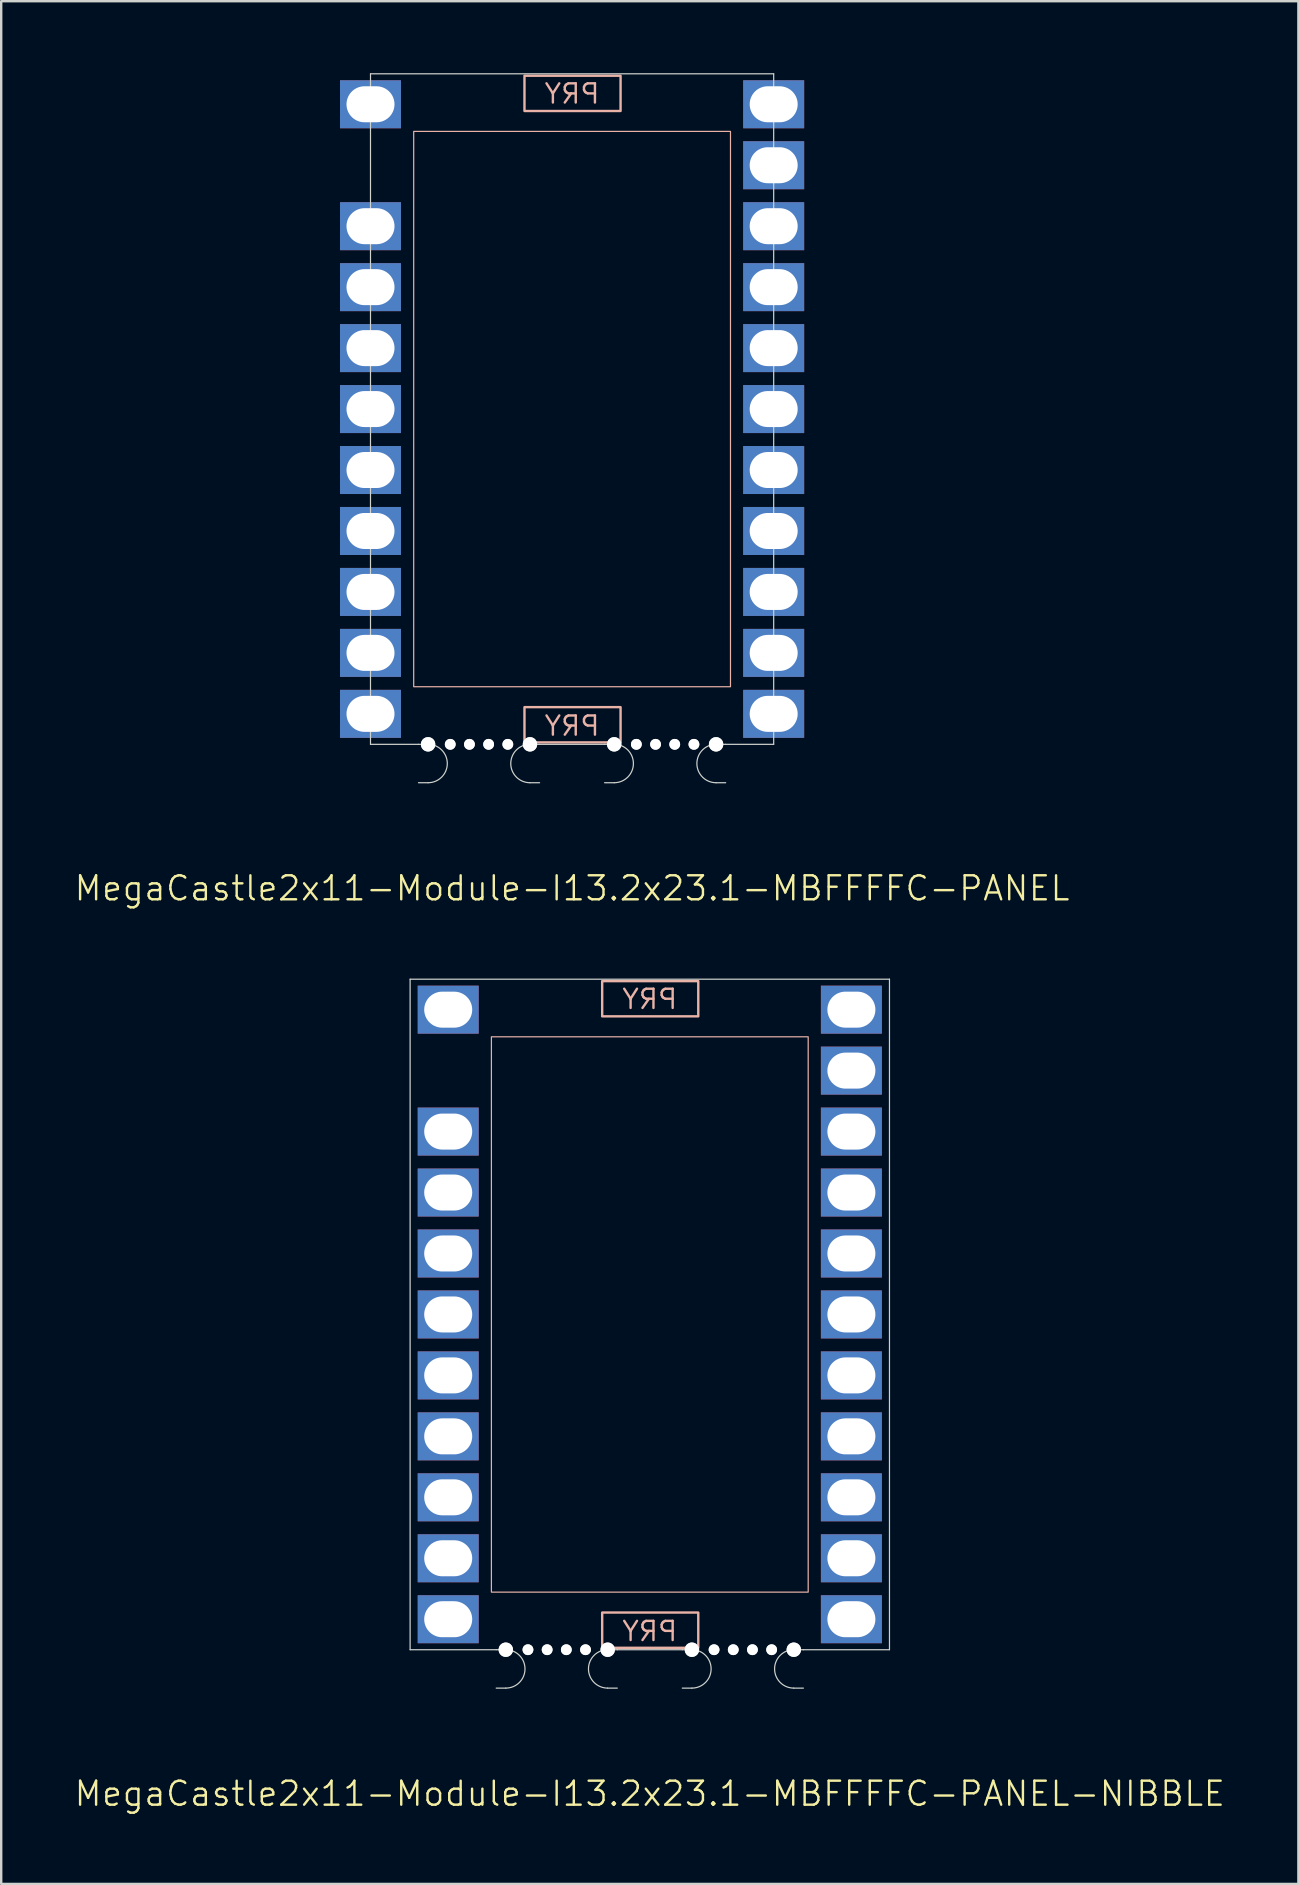
<source format=kicad_pcb>
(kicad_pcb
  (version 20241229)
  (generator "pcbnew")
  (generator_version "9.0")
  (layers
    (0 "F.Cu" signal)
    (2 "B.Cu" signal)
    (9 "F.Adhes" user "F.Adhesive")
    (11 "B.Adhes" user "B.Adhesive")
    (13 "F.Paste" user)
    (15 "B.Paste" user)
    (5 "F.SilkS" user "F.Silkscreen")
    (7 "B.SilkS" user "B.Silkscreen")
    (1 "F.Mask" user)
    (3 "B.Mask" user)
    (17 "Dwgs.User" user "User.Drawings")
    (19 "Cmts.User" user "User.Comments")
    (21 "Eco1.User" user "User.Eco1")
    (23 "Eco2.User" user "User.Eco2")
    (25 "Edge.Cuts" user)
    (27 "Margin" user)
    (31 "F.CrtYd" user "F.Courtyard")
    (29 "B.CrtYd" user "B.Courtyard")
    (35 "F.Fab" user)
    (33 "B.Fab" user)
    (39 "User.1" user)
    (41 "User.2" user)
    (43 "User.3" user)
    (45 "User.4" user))
  (footprint "MegaCastle2x11-Module-I13.2x23.1-MBFFFFC-PANEL-NIBBLE"
    (layer "F.Cu")
    (at 24.026 51.721)
    (property "Reference" "MegaCastle2x11-Module-I13.2x23.1-MBFFFFC-PANEL-NIBBLE" (at 0 19.97 0) (unlocked yes) (layer "F.SilkS") (effects (font (size 1 1) (thickness 0.1))))
    (attr smd)
    (fp_rect (start -6.6 11.57) (end 6.6 -11.57) (stroke (width 0.05) (type default)) (fill no) (layer "B.SilkS"))
    (fp_rect (start -1.984 -12.421) (end 2.02 -13.89) (stroke (width 0.1) (type default)) (fill no) (layer "B.SilkS"))
    (fp_rect (start -1.984 12.421) (end 2.02 13.89) (stroke (width 0.1) (type default)) (fill no) (layer "B.SilkS"))
    (fp_line (start -9.987 -13.97) (end -9.987 13.97) (stroke (width 0.05) (type default)) (layer "Edge.Cuts"))
    (fp_line (start -9.987 -13.97) (end 9.987 -13.97) (stroke (width 0.05) (type default)) (layer "Edge.Cuts"))
    (fp_line (start -9.987 13.97) (end -6.4 13.97) (stroke (width 0.05) (type default)) (layer "Edge.Cuts"))
    (fp_line (start -6.4 13.97) (end -6 13.97) (stroke (width 0.05) (type default)) (layer "Edge.Cuts"))
    (fp_line (start -6.4 15.57) (end -6 15.57) (stroke (width 0.05) (type default)) (layer "Edge.Cuts"))
    (fp_line (start -1.355 13.97) (end -1.755 13.97) (stroke (width 0.05) (type default)) (layer "Edge.Cuts"))
    (fp_line (start -1.355 13.97) (end 1.355 13.97) (stroke (width 0.05) (type default)) (layer "Edge.Cuts"))
    (fp_line (start -1.355 15.57) (end -1.755 15.57) (stroke (width 0.05) (type default)) (layer "Edge.Cuts"))
    (fp_line (start 1.355 13.97) (end 1.755 13.97) (stroke (width 0.05) (type default)) (layer "Edge.Cuts"))
    (fp_line (start 1.355 15.57) (end 1.755 15.57) (stroke (width 0.05) (type default)) (layer "Edge.Cuts"))
    (fp_line (start 6.4 13.97) (end 6 13.97) (stroke (width 0.05) (type default)) (layer "Edge.Cuts"))
    (fp_line (start 6.4 13.97) (end 9.987 13.97) (stroke (width 0.05) (type default)) (layer "Edge.Cuts"))
    (fp_line (start 6.4 15.57) (end 6 15.57) (stroke (width 0.05) (type default)) (layer "Edge.Cuts"))
    (fp_line (start 9.987 -13.97) (end 9.987 13.97) (stroke (width 0.05) (type default)) (layer "Edge.Cuts"))
    (fp_arc (start -6 13.97) (mid -5.2 14.77) (end -6 15.57) (stroke (width 0.05) (type default)) (layer "Edge.Cuts"))
    (fp_arc (start -1.755 15.57) (mid -2.555 14.77) (end -1.755 13.97) (stroke (width 0.05) (type default)) (layer "Edge.Cuts"))
    (fp_arc (start 1.755 13.97) (mid 2.555 14.77) (end 1.755 15.57) (stroke (width 0.05) (type default)) (layer "Edge.Cuts"))
    (fp_arc (start 6 15.57) (mid 5.2 14.77) (end 6 13.97) (stroke (width 0.05) (type default)) (layer "Edge.Cuts"))
    (fp_text user "PRY" (at 0 13.67 0) (unlocked yes) (layer "B.SilkS") (effects (font (size 0.8 0.8) (thickness 0.1)) (justify bottom mirror)))
    (fp_text user "PRY" (at 0 -12.67 0) (unlocked yes) (layer "B.SilkS") (effects (font (size 0.8 0.8) (thickness 0.1)) (justify bottom mirror)))
    (pad "" np_thru_hole circle (at -6 13.97) (size 0.6 0.6) (drill 0.6) (layers "*.Cu" "Edge.Cuts"))
    (pad "" np_thru_hole circle (at -5.077 13.97) (size 0.45 0.45) (drill 0.45) (layers "*.Cu" "Edge.Cuts"))
    (pad "" np_thru_hole circle (at -4.277 13.97) (size 0.45 0.45) (drill 0.45) (layers "*.Cu" "Edge.Cuts"))
    (pad "" np_thru_hole circle (at -3.478 13.97) (size 0.45 0.45) (drill 0.45) (layers "*.Cu" "Edge.Cuts"))
    (pad "" np_thru_hole circle (at -2.678 13.97) (size 0.45 0.45) (drill 0.45) (layers "*.Cu" "Edge.Cuts"))
    (pad "" np_thru_hole circle (at -1.755 13.97) (size 0.6 0.6) (drill 0.6) (layers "*.Cu" "Edge.Cuts"))
    (pad "" np_thru_hole circle (at 1.755 13.97) (size 0.6 0.6) (drill 0.6) (layers "*.Cu" "Edge.Cuts"))
    (pad "" np_thru_hole circle (at 2.678 13.97) (size 0.45 0.45) (drill 0.45) (layers "*.Cu" "Edge.Cuts"))
    (pad "" np_thru_hole circle (at 3.478 13.97) (size 0.45 0.45) (drill 0.45) (layers "*.Cu" "Edge.Cuts"))
    (pad "" np_thru_hole circle (at 4.277 13.97) (size 0.45 0.45) (drill 0.45) (layers "*.Cu" "Edge.Cuts"))
    (pad "" np_thru_hole circle (at 5.077 13.97) (size 0.45 0.45) (drill 0.45) (layers "*.Cu" "Edge.Cuts"))
    (pad "" np_thru_hole circle (at 6 13.97) (size 0.6 0.6) (drill 0.6) (layers "*.Cu" "Edge.Cuts"))
    (pad "1" thru_hole rect (at -8.4 -12.7) (size 2.54 2) (drill oval 2 1.5) (property pad_prop_castellated) (layers "*.Cu" "*.Mask"))
    (pad "3" thru_hole rect (at -8.4 -7.62) (size 2.54 2) (drill oval 2 1.5) (property pad_prop_castellated) (layers "*.Cu" "*.Mask"))
    (pad "4" thru_hole rect (at -8.4 -5.08) (size 2.54 2) (drill oval 2 1.5) (property pad_prop_castellated) (layers "*.Cu" "*.Mask"))
    (pad "5" thru_hole rect (at -8.4 -2.54) (size 2.54 2) (drill oval 2 1.5) (property pad_prop_castellated) (layers "*.Cu" "*.Mask"))
    (pad "6" thru_hole rect (at -8.4 0) (size 2.54 2) (drill oval 2 1.5) (property pad_prop_castellated) (layers "*.Cu" "*.Mask"))
    (pad "7" thru_hole rect (at -8.4 2.54) (size 2.54 2) (drill oval 2 1.5) (property pad_prop_castellated) (layers "*.Cu" "*.Mask"))
    (pad "8" thru_hole rect (at -8.4 5.08) (size 2.54 2) (drill oval 2 1.5) (property pad_prop_castellated) (layers "*.Cu" "*.Mask"))
    (pad "9" thru_hole rect (at -8.4 7.62) (size 2.54 2) (drill oval 2 1.5) (property pad_prop_castellated) (layers "*.Cu" "*.Mask"))
    (pad "10" thru_hole rect (at -8.4 10.16) (size 2.54 2) (drill oval 2 1.5) (property pad_prop_castellated) (layers "*.Cu" "*.Mask"))
    (pad "11" thru_hole rect (at -8.4 12.7) (size 2.54 2) (drill oval 2 1.5) (property pad_prop_castellated) (layers "*.Cu" "*.Mask"))
    (pad "12" thru_hole rect (at 8.4 -12.7) (size 2.54 2) (drill oval 2 1.5) (property pad_prop_castellated) (layers "*.Cu" "*.Mask"))
    (pad "13" thru_hole rect (at 8.4 -10.16) (size 2.54 2) (drill oval 2 1.5) (property pad_prop_castellated) (layers "*.Cu" "*.Mask"))
    (pad "14" thru_hole rect (at 8.4 -7.62) (size 2.54 2) (drill oval 2 1.5) (property pad_prop_castellated) (layers "*.Cu" "*.Mask"))
    (pad "15" thru_hole rect (at 8.4 -5.08) (size 2.54 2) (drill oval 2 1.5) (property pad_prop_castellated) (layers "*.Cu" "*.Mask"))
    (pad "16" thru_hole rect (at 8.4 -2.54) (size 2.54 2) (drill oval 2 1.5) (property pad_prop_castellated) (layers "*.Cu" "*.Mask"))
    (pad "17" thru_hole rect (at 8.4 0) (size 2.54 2) (drill oval 2 1.5) (property pad_prop_castellated) (layers "*.Cu" "*.Mask"))
    (pad "18" thru_hole rect (at 8.4 2.54) (size 2.54 2) (drill oval 2 1.5) (property pad_prop_castellated) (layers "*.Cu" "*.Mask"))
    (pad "19" thru_hole rect (at 8.4 5.08) (size 2.54 2) (drill oval 2 1.5) (property pad_prop_castellated) (layers "*.Cu" "*.Mask"))
    (pad "20" thru_hole rect (at 8.4 7.62) (size 2.54 2) (drill oval 2 1.5) (property pad_prop_castellated) (layers "*.Cu" "*.Mask"))
    (pad "21" thru_hole rect (at 8.4 10.16) (size 2.54 2) (drill oval 2 1.5) (property pad_prop_castellated) (layers "*.Cu" "*.Mask"))
    (pad "22" thru_hole rect (at 8.4 12.7) (size 2.54 2) (drill oval 2 1.5) (property pad_prop_castellated) (layers "*.Cu" "*.Mask"))
    (zone (net_name "") (layer "B.Cu") (hatch edge 0.5) (connect_pads) (min_thickness 0.25) (filled_areas_thickness no) (keepout (tracks allowed) (vias allowed) (pads allowed) (copperpour allowed) (footprints not_allowed)) (placement (enabled no)) (fill) (polygon (pts (xy 15.626 65.691) (xy 15.626 37.751) (xy 17.426 37.751) (xy 17.426 65.691))))
    (zone (net_name "") (layer "B.Cu") (hatch edge 0.5) (connect_pads) (min_thickness 0.25) (filled_areas_thickness no) (keepout (tracks allowed) (vias allowed) (pads allowed) (copperpour allowed) (footprints not_allowed)) (placement (enabled no)) (fill) (polygon (pts (xy 17.426 37.751) (xy 17.426 40.151) (xy 30.626 40.151) (xy 30.626 37.751))))
    (zone (net_name "") (layer "B.Cu") (hatch edge 0.5) (connect_pads) (min_thickness 0.25) (filled_areas_thickness no) (keepout (tracks allowed) (vias allowed) (pads allowed) (copperpour allowed) (footprints not_allowed)) (placement (enabled no)) (fill) (polygon (pts (xy 17.426 65.691) (xy 17.426 63.291) (xy 30.626 63.291) (xy 30.626 65.691))))
    (zone (net_name "") (layer "B.Cu") (name "Upper Pry Zone") (hatch edge 0.5) (connect_pads) (min_thickness 0.25) (filled_areas_thickness no) (keepout (tracks not_allowed) (vias not_allowed) (pads not_allowed) (copperpour allowed) (footprints not_allowed)) (placement (enabled no)) (fill) (polygon (pts (xy 22.042 39.299) (xy 22.042 37.831) (xy 26.046 37.831) (xy 26.046 39.299))))
    (zone (net_name "") (layer "B.Cu") (name "Upper Pry Zone") (hatch edge 0.5) (connect_pads) (min_thickness 0.25) (filled_areas_thickness no) (keepout (tracks not_allowed) (vias not_allowed) (pads not_allowed) (copperpour allowed) (footprints not_allowed)) (placement (enabled no)) (fill) (polygon (pts (xy 22.042 64.142) (xy 22.042 65.611) (xy 26.046 65.611) (xy 26.046 64.142))))
    (zone (net_name "") (layer "B.Cu") (hatch edge 0.5) (connect_pads) (min_thickness 0.25) (filled_areas_thickness no) (keepout (tracks allowed) (vias allowed) (pads allowed) (copperpour allowed) (footprints not_allowed)) (placement (enabled no)) (fill) (polygon (pts (xy 32.426 65.691) (xy 32.426 37.751) (xy 30.626 37.751) (xy 30.626 65.691)))))
  (footprint "MegaCastle2x11-Module-I13.2x23.1-MBFFFFC-PANEL"
    (layer "F.Cu")
    (at 20.788 13.995)
    (property "Reference" "MegaCastle2x11-Module-I13.2x23.1-MBFFFFC-PANEL" (at 0 19.97 0) (unlocked yes) (layer "F.SilkS") (effects (font (size 1 1) (thickness 0.1))))
    (attr smd)
    (fp_rect (start -6.6 11.57) (end 6.6 -11.57) (stroke (width 0.05) (type default)) (fill no) (layer "B.SilkS"))
    (fp_rect (start -1.984 -12.421) (end 2.02 -13.89) (stroke (width 0.1) (type default)) (fill no) (layer "B.SilkS"))
    (fp_rect (start -1.984 12.421) (end 2.02 13.89) (stroke (width 0.1) (type default)) (fill no) (layer "B.SilkS"))
    (fp_line (start -8.4 -13.97) (end -8.4 13.97) (stroke (width 0.05) (type default)) (layer "Edge.Cuts"))
    (fp_line (start -8.4 -13.97) (end 8.4 -13.97) (stroke (width 0.05) (type default)) (layer "Edge.Cuts"))
    (fp_line (start -8.4 13.97) (end -6.4 13.97) (stroke (width 0.05) (type default)) (layer "Edge.Cuts"))
    (fp_line (start -6.4 13.97) (end -6 13.97) (stroke (width 0.05) (type default)) (layer "Edge.Cuts"))
    (fp_line (start -6.4 15.57) (end -6 15.57) (stroke (width 0.05) (type default)) (layer "Edge.Cuts"))
    (fp_line (start -1.355 13.97) (end -1.755 13.97) (stroke (width 0.05) (type default)) (layer "Edge.Cuts"))
    (fp_line (start -1.355 13.97) (end 1.355 13.97) (stroke (width 0.05) (type default)) (layer "Edge.Cuts"))
    (fp_line (start -1.355 15.57) (end -1.755 15.57) (stroke (width 0.05) (type default)) (layer "Edge.Cuts"))
    (fp_line (start 1.355 13.97) (end 1.755 13.97) (stroke (width 0.05) (type default)) (layer "Edge.Cuts"))
    (fp_line (start 1.355 15.57) (end 1.755 15.57) (stroke (width 0.05) (type default)) (layer "Edge.Cuts"))
    (fp_line (start 6.4 13.97) (end 6 13.97) (stroke (width 0.05) (type default)) (layer "Edge.Cuts"))
    (fp_line (start 6.4 13.97) (end 8.4 13.97) (stroke (width 0.05) (type default)) (layer "Edge.Cuts"))
    (fp_line (start 6.4 15.57) (end 6 15.57) (stroke (width 0.05) (type default)) (layer "Edge.Cuts"))
    (fp_line (start 8.4 -13.97) (end 8.4 13.97) (stroke (width 0.05) (type default)) (layer "Edge.Cuts"))
    (fp_arc (start -6 13.97) (mid -5.2 14.77) (end -6 15.57) (stroke (width 0.05) (type default)) (layer "Edge.Cuts"))
    (fp_arc (start -1.755 15.57) (mid -2.555 14.77) (end -1.755 13.97) (stroke (width 0.05) (type default)) (layer "Edge.Cuts"))
    (fp_arc (start 1.755 13.97) (mid 2.555 14.77) (end 1.755 15.57) (stroke (width 0.05) (type default)) (layer "Edge.Cuts"))
    (fp_arc (start 6 15.57) (mid 5.2 14.77) (end 6 13.97) (stroke (width 0.05) (type default)) (layer "Edge.Cuts"))
    (fp_text user "PRY" (at 0 13.67 0) (unlocked yes) (layer "B.SilkS") (effects (font (size 0.8 0.8) (thickness 0.1)) (justify bottom mirror)))
    (fp_text user "PRY" (at 0 -12.67 0) (unlocked yes) (layer "B.SilkS") (effects (font (size 0.8 0.8) (thickness 0.1)) (justify bottom mirror)))
    (pad "" np_thru_hole circle (at -6 13.97) (size 0.6 0.6) (drill 0.6) (layers "*.Cu" "Edge.Cuts"))
    (pad "" np_thru_hole circle (at -5.077 13.97) (size 0.45 0.45) (drill 0.45) (layers "*.Cu" "Edge.Cuts"))
    (pad "" np_thru_hole circle (at -4.277 13.97) (size 0.45 0.45) (drill 0.45) (layers "*.Cu" "Edge.Cuts"))
    (pad "" np_thru_hole circle (at -3.478 13.97) (size 0.45 0.45) (drill 0.45) (layers "*.Cu" "Edge.Cuts"))
    (pad "" np_thru_hole circle (at -2.678 13.97) (size 0.45 0.45) (drill 0.45) (layers "*.Cu" "Edge.Cuts"))
    (pad "" np_thru_hole circle (at -1.755 13.97) (size 0.6 0.6) (drill 0.6) (layers "*.Cu" "Edge.Cuts"))
    (pad "" np_thru_hole circle (at 1.755 13.97) (size 0.6 0.6) (drill 0.6) (layers "*.Cu" "Edge.Cuts"))
    (pad "" np_thru_hole circle (at 2.678 13.97) (size 0.45 0.45) (drill 0.45) (layers "*.Cu" "Edge.Cuts"))
    (pad "" np_thru_hole circle (at 3.478 13.97) (size 0.45 0.45) (drill 0.45) (layers "*.Cu" "Edge.Cuts"))
    (pad "" np_thru_hole circle (at 4.277 13.97) (size 0.45 0.45) (drill 0.45) (layers "*.Cu" "Edge.Cuts"))
    (pad "" np_thru_hole circle (at 5.077 13.97) (size 0.45 0.45) (drill 0.45) (layers "*.Cu" "Edge.Cuts"))
    (pad "" np_thru_hole circle (at 6 13.97) (size 0.6 0.6) (drill 0.6) (layers "*.Cu" "Edge.Cuts"))
    (pad "1" thru_hole rect (at -8.4 -12.7) (size 2.54 2) (drill oval 2 1.5) (property pad_prop_castellated) (layers "*.Cu" "*.Mask"))
    (pad "3" thru_hole rect (at -8.4 -7.62) (size 2.54 2) (drill oval 2 1.5) (property pad_prop_castellated) (layers "*.Cu" "*.Mask"))
    (pad "4" thru_hole rect (at -8.4 -5.08) (size 2.54 2) (drill oval 2 1.5) (property pad_prop_castellated) (layers "*.Cu" "*.Mask"))
    (pad "5" thru_hole rect (at -8.4 -2.54) (size 2.54 2) (drill oval 2 1.5) (property pad_prop_castellated) (layers "*.Cu" "*.Mask"))
    (pad "6" thru_hole rect (at -8.4 0) (size 2.54 2) (drill oval 2 1.5) (property pad_prop_castellated) (layers "*.Cu" "*.Mask"))
    (pad "7" thru_hole rect (at -8.4 2.54) (size 2.54 2) (drill oval 2 1.5) (property pad_prop_castellated) (layers "*.Cu" "*.Mask"))
    (pad "8" thru_hole rect (at -8.4 5.08) (size 2.54 2) (drill oval 2 1.5) (property pad_prop_castellated) (layers "*.Cu" "*.Mask"))
    (pad "9" thru_hole rect (at -8.4 7.62) (size 2.54 2) (drill oval 2 1.5) (property pad_prop_castellated) (layers "*.Cu" "*.Mask"))
    (pad "10" thru_hole rect (at -8.4 10.16) (size 2.54 2) (drill oval 2 1.5) (property pad_prop_castellated) (layers "*.Cu" "*.Mask"))
    (pad "11" thru_hole rect (at -8.4 12.7) (size 2.54 2) (drill oval 2 1.5) (property pad_prop_castellated) (layers "*.Cu" "*.Mask"))
    (pad "12" thru_hole rect (at 8.4 -12.7) (size 2.54 2) (drill oval 2 1.5) (property pad_prop_castellated) (layers "*.Cu" "*.Mask"))
    (pad "13" thru_hole rect (at 8.4 -10.16) (size 2.54 2) (drill oval 2 1.5) (property pad_prop_castellated) (layers "*.Cu" "*.Mask"))
    (pad "14" thru_hole rect (at 8.4 -7.62) (size 2.54 2) (drill oval 2 1.5) (property pad_prop_castellated) (layers "*.Cu" "*.Mask"))
    (pad "15" thru_hole rect (at 8.4 -5.08) (size 2.54 2) (drill oval 2 1.5) (property pad_prop_castellated) (layers "*.Cu" "*.Mask"))
    (pad "16" thru_hole rect (at 8.4 -2.54) (size 2.54 2) (drill oval 2 1.5) (property pad_prop_castellated) (layers "*.Cu" "*.Mask"))
    (pad "17" thru_hole rect (at 8.4 0) (size 2.54 2) (drill oval 2 1.5) (property pad_prop_castellated) (layers "*.Cu" "*.Mask"))
    (pad "18" thru_hole rect (at 8.4 2.54) (size 2.54 2) (drill oval 2 1.5) (property pad_prop_castellated) (layers "*.Cu" "*.Mask"))
    (pad "19" thru_hole rect (at 8.4 5.08) (size 2.54 2) (drill oval 2 1.5) (property pad_prop_castellated) (layers "*.Cu" "*.Mask"))
    (pad "20" thru_hole rect (at 8.4 7.62) (size 2.54 2) (drill oval 2 1.5) (property pad_prop_castellated) (layers "*.Cu" "*.Mask"))
    (pad "21" thru_hole rect (at 8.4 10.16) (size 2.54 2) (drill oval 2 1.5) (property pad_prop_castellated) (layers "*.Cu" "*.Mask"))
    (pad "22" thru_hole rect (at 8.4 12.7) (size 2.54 2) (drill oval 2 1.5) (property pad_prop_castellated) (layers "*.Cu" "*.Mask"))
    (zone (net_name "") (layer "B.Cu") (hatch edge 0.5) (connect_pads) (min_thickness 0.25) (filled_areas_thickness no) (keepout (tracks allowed) (vias allowed) (pads allowed) (copperpour allowed) (footprints not_allowed)) (placement (enabled no)) (fill) (polygon (pts (xy 12.388 27.965) (xy 12.388 0.025) (xy 14.188 0.025) (xy 14.188 27.965))))
    (zone (net_name "") (layer "B.Cu") (hatch edge 0.5) (connect_pads) (min_thickness 0.25) (filled_areas_thickness no) (keepout (tracks allowed) (vias allowed) (pads allowed) (copperpour allowed) (footprints not_allowed)) (placement (enabled no)) (fill) (polygon (pts (xy 14.188 0.025) (xy 14.188 2.425) (xy 27.388 2.425) (xy 27.388 0.025))))
    (zone (net_name "") (layer "B.Cu") (hatch edge 0.5) (connect_pads) (min_thickness 0.25) (filled_areas_thickness no) (keepout (tracks allowed) (vias allowed) (pads allowed) (copperpour allowed) (footprints not_allowed)) (placement (enabled no)) (fill) (polygon (pts (xy 14.188 27.965) (xy 14.188 25.565) (xy 27.388 25.565) (xy 27.388 27.965))))
    (zone (net_name "") (layer "B.Cu") (name "Upper Pry Zone") (hatch edge 0.5) (connect_pads) (min_thickness 0.25) (filled_areas_thickness no) (keepout (tracks not_allowed) (vias not_allowed) (pads not_allowed) (copperpour allowed) (footprints not_allowed)) (placement (enabled no)) (fill) (polygon (pts (xy 18.804 1.574) (xy 18.804 0.105) (xy 22.808 0.105) (xy 22.808 1.574))))
    (zone (net_name "") (layer "B.Cu") (name "Upper Pry Zone") (hatch edge 0.5) (connect_pads) (min_thickness 0.25) (filled_areas_thickness no) (keepout (tracks not_allowed) (vias not_allowed) (pads not_allowed) (copperpour allowed) (footprints not_allowed)) (placement (enabled no)) (fill) (polygon (pts (xy 18.804 26.416) (xy 18.804 27.885) (xy 22.808 27.885) (xy 22.808 26.416))))
    (zone (net_name "") (layer "B.Cu") (hatch edge 0.5) (connect_pads) (min_thickness 0.25) (filled_areas_thickness no) (keepout (tracks allowed) (vias allowed) (pads allowed) (copperpour allowed) (footprints not_allowed)) (placement (enabled no)) (fill) (polygon (pts (xy 29.188 27.965) (xy 29.188 0.025) (xy 27.388 0.025) (xy 27.388 27.965)))))
  (gr_rect
    (start -3 -3)
    (end 51.052 75.451)
    (stroke (width 0.1) (type default))
    (fill no)
    (layer "Edge.Cuts")))
</source>
